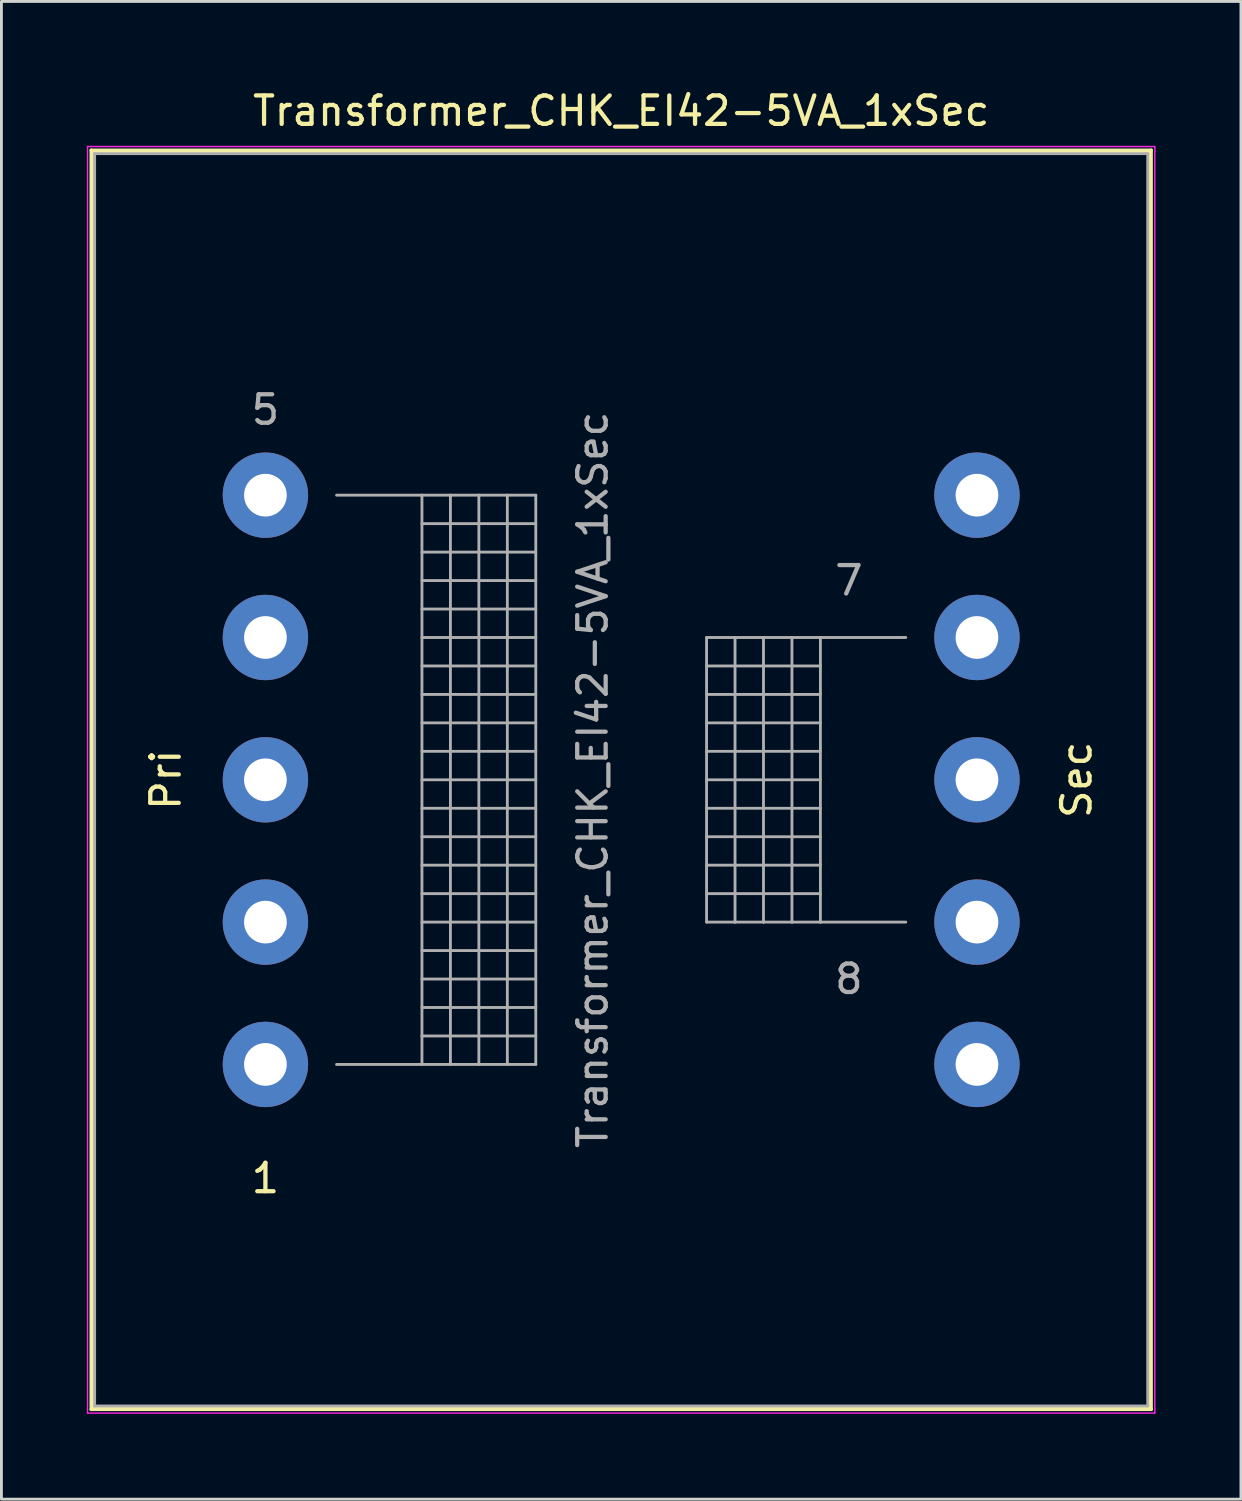
<source format=kicad_pcb>
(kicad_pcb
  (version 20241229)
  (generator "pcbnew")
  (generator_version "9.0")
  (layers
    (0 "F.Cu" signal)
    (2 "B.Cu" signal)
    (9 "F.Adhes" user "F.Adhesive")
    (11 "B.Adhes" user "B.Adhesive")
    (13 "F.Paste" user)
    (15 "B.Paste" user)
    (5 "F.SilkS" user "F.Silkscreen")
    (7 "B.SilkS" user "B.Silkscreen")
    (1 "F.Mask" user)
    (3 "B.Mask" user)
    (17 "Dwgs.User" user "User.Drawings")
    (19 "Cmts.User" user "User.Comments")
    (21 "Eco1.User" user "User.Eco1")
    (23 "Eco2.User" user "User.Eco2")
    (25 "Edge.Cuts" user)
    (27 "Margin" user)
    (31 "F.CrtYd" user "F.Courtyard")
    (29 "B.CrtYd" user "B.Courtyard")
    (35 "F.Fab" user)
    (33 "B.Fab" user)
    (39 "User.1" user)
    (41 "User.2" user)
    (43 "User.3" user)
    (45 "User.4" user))
  (footprint "Transformer_CHK_EI42-5VA_1xSec"
    (layer "F.Cu")
    (at 6.275 34.348)
    (property "Reference" "Transformer_CHK_EI42-5VA_1xSec" (at 12.5 -33.5 0) (layer "F.SilkS") (effects (font (size 1 1) (thickness 0.15))))
    (attr through_hole)
    (fp_line (start -6.12 -32.12) (end -6.12 12.12) (stroke (width 0.12) (type solid)) (layer "F.SilkS"))
    (fp_line (start -6.12 -32.12) (end 31.12 -32.12) (stroke (width 0.12) (type solid)) (layer "F.SilkS"))
    (fp_line (start -6.05 -32.05) (end 31.05 -32.05) (stroke (width 0.12) (type solid)) (layer "F.SilkS"))
    (fp_line (start -6.05 12.05) (end -6.05 -32.05) (stroke (width 0.12) (type solid)) (layer "F.SilkS"))
    (fp_line (start 31.05 -32.05) (end 31.05 12.05) (stroke (width 0.12) (type solid)) (layer "F.SilkS"))
    (fp_line (start 31.05 12.05) (end -6.05 12.05) (stroke (width 0.12) (type solid)) (layer "F.SilkS"))
    (fp_line (start 31.12 12.12) (end -6.12 12.12) (stroke (width 0.12) (type solid)) (layer "F.SilkS"))
    (fp_line (start 31.12 12.12) (end 31.12 -32.12) (stroke (width 0.12) (type solid)) (layer "F.SilkS"))
    (fp_line (start -6.25 -32.25) (end -6.25 12.25) (stroke (width 0.05) (type solid)) (layer "F.CrtYd"))
    (fp_line (start -6.25 -32.25) (end 31.25 -32.25) (stroke (width 0.05) (type solid)) (layer "F.CrtYd"))
    (fp_line (start 31.25 12.25) (end -6.25 12.25) (stroke (width 0.05) (type solid)) (layer "F.CrtYd"))
    (fp_line (start 31.25 12.25) (end 31.25 -32.25) (stroke (width 0.05) (type solid)) (layer "F.CrtYd"))
    (fp_line (start -6 -32) (end -6 12) (stroke (width 0.1) (type solid)) (layer "F.Fab"))
    (fp_line (start -6 12) (end 31 12) (stroke (width 0.1) (type solid)) (layer "F.Fab"))
    (fp_line (start 2.5 -20) (end 5.5 -20) (stroke (width 0.1) (type solid)) (layer "F.Fab"))
    (fp_line (start 5.5 -20) (end 5.5 0) (stroke (width 0.1) (type solid)) (layer "F.Fab"))
    (fp_line (start 5.5 -20) (end 6.5 -20) (stroke (width 0.1) (type solid)) (layer "F.Fab"))
    (fp_line (start 5.5 -19) (end 9.5 -19) (stroke (width 0.1) (type solid)) (layer "F.Fab"))
    (fp_line (start 5.5 -18) (end 9.5 -18) (stroke (width 0.1) (type solid)) (layer "F.Fab"))
    (fp_line (start 5.5 -17) (end 9.5 -17) (stroke (width 0.1) (type solid)) (layer "F.Fab"))
    (fp_line (start 5.5 -16) (end 9.5 -16) (stroke (width 0.1) (type solid)) (layer "F.Fab"))
    (fp_line (start 5.5 -15) (end 9.5 -15) (stroke (width 0.1) (type solid)) (layer "F.Fab"))
    (fp_line (start 5.5 -14) (end 9.5 -14) (stroke (width 0.1) (type solid)) (layer "F.Fab"))
    (fp_line (start 5.5 -13) (end 9.5 -13) (stroke (width 0.1) (type solid)) (layer "F.Fab"))
    (fp_line (start 5.5 -12) (end 9.5 -12) (stroke (width 0.1) (type solid)) (layer "F.Fab"))
    (fp_line (start 5.5 -11) (end 9.5 -11) (stroke (width 0.1) (type solid)) (layer "F.Fab"))
    (fp_line (start 5.5 -10) (end 9.5 -10) (stroke (width 0.1) (type solid)) (layer "F.Fab"))
    (fp_line (start 5.5 -9) (end 9.5 -9) (stroke (width 0.1) (type solid)) (layer "F.Fab"))
    (fp_line (start 5.5 -8) (end 9.5 -8) (stroke (width 0.1) (type solid)) (layer "F.Fab"))
    (fp_line (start 5.5 -7) (end 9.5 -7) (stroke (width 0.1) (type solid)) (layer "F.Fab"))
    (fp_line (start 5.5 -6) (end 9.5 -6) (stroke (width 0.1) (type solid)) (layer "F.Fab"))
    (fp_line (start 5.5 -5) (end 9.5 -5) (stroke (width 0.1) (type solid)) (layer "F.Fab"))
    (fp_line (start 5.5 -4) (end 9.5 -4) (stroke (width 0.1) (type solid)) (layer "F.Fab"))
    (fp_line (start 5.5 -3) (end 9.5 -3) (stroke (width 0.1) (type solid)) (layer "F.Fab"))
    (fp_line (start 5.5 -2) (end 9.5 -2) (stroke (width 0.1) (type solid)) (layer "F.Fab"))
    (fp_line (start 5.5 -1) (end 9.5 -1) (stroke (width 0.1) (type solid)) (layer "F.Fab"))
    (fp_line (start 5.5 0) (end 2.5 0) (stroke (width 0.1) (type solid)) (layer "F.Fab"))
    (fp_line (start 6.5 -20) (end 6.5 0) (stroke (width 0.1) (type solid)) (layer "F.Fab"))
    (fp_line (start 6.5 -20) (end 7.5 -20) (stroke (width 0.1) (type solid)) (layer "F.Fab"))
    (fp_line (start 6.5 0) (end 5.5 0) (stroke (width 0.1) (type solid)) (layer "F.Fab"))
    (fp_line (start 7.5 -20) (end 7.5 0) (stroke (width 0.1) (type solid)) (layer "F.Fab"))
    (fp_line (start 7.5 -20) (end 8.5 -20) (stroke (width 0.1) (type solid)) (layer "F.Fab"))
    (fp_line (start 7.5 0) (end 6.5 0) (stroke (width 0.1) (type solid)) (layer "F.Fab"))
    (fp_line (start 8.5 -20) (end 8.5 0) (stroke (width 0.1) (type solid)) (layer "F.Fab"))
    (fp_line (start 8.5 -20) (end 9.5 -20) (stroke (width 0.1) (type solid)) (layer "F.Fab"))
    (fp_line (start 8.5 0) (end 7.5 0) (stroke (width 0.1) (type solid)) (layer "F.Fab"))
    (fp_line (start 9.5 -20) (end 9.5 0) (stroke (width 0.1) (type solid)) (layer "F.Fab"))
    (fp_line (start 9.5 0) (end 8.5 0) (stroke (width 0.1) (type solid)) (layer "F.Fab"))
    (fp_line (start 15.5 -15) (end 15.5 -5) (stroke (width 0.1) (type solid)) (layer "F.Fab"))
    (fp_line (start 15.5 -14) (end 19.5 -14) (stroke (width 0.1) (type solid)) (layer "F.Fab"))
    (fp_line (start 15.5 -12) (end 19.5 -12) (stroke (width 0.1) (type solid)) (layer "F.Fab"))
    (fp_line (start 15.5 -10) (end 19.5 -10) (stroke (width 0.1) (type solid)) (layer "F.Fab"))
    (fp_line (start 15.5 -8) (end 19.5 -8) (stroke (width 0.1) (type solid)) (layer "F.Fab"))
    (fp_line (start 15.5 -6) (end 19.5 -6) (stroke (width 0.1) (type solid)) (layer "F.Fab"))
    (fp_line (start 15.5 -5) (end 16.5 -5) (stroke (width 0.1) (type solid)) (layer "F.Fab"))
    (fp_line (start 16.5 -15) (end 15.5 -15) (stroke (width 0.1) (type solid)) (layer "F.Fab"))
    (fp_line (start 16.5 -15) (end 16.5 -5) (stroke (width 0.1) (type solid)) (layer "F.Fab"))
    (fp_line (start 16.5 -5) (end 17.5 -5) (stroke (width 0.1) (type solid)) (layer "F.Fab"))
    (fp_line (start 17.5 -15) (end 16.5 -15) (stroke (width 0.1) (type solid)) (layer "F.Fab"))
    (fp_line (start 17.5 -15) (end 17.5 -5) (stroke (width 0.1) (type solid)) (layer "F.Fab"))
    (fp_line (start 17.5 -5) (end 18.5 -5) (stroke (width 0.1) (type solid)) (layer "F.Fab"))
    (fp_line (start 18.5 -15) (end 17.5 -15) (stroke (width 0.1) (type solid)) (layer "F.Fab"))
    (fp_line (start 18.5 -15) (end 18.5 -5) (stroke (width 0.1) (type solid)) (layer "F.Fab"))
    (fp_line (start 18.5 -5) (end 19.5 -5) (stroke (width 0.1) (type solid)) (layer "F.Fab"))
    (fp_line (start 19.5 -15) (end 18.5 -15) (stroke (width 0.1) (type solid)) (layer "F.Fab"))
    (fp_line (start 19.5 -15) (end 19.5 -5) (stroke (width 0.1) (type solid)) (layer "F.Fab"))
    (fp_line (start 19.5 -13) (end 15.5 -13) (stroke (width 0.1) (type solid)) (layer "F.Fab"))
    (fp_line (start 19.5 -11) (end 15.5 -11) (stroke (width 0.1) (type solid)) (layer "F.Fab"))
    (fp_line (start 19.5 -9) (end 15.5 -9) (stroke (width 0.1) (type solid)) (layer "F.Fab"))
    (fp_line (start 19.5 -7) (end 15.5 -7) (stroke (width 0.1) (type solid)) (layer "F.Fab"))
    (fp_line (start 19.5 -5) (end 22.5 -5) (stroke (width 0.1) (type solid)) (layer "F.Fab"))
    (fp_line (start 22.5 -15) (end 19.5 -15) (stroke (width 0.1) (type solid)) (layer "F.Fab"))
    (fp_line (start 31 -32) (end -6 -32) (stroke (width 0.1) (type solid)) (layer "F.Fab"))
    (fp_line (start 31 12) (end 31 -32) (stroke (width 0.1) (type solid)) (layer "F.Fab"))
    (fp_text user "Sec" (at 28.5 -10 90) (layer "F.SilkS") (effects (font (size 1 1) (thickness 0.15))))
    (fp_text user "Pri" (at -3.5 -10 90) (layer "F.SilkS") (effects (font (size 1 1) (thickness 0.15))))
    (fp_text user "1" (at 0 4 0) (layer "F.SilkS") (effects (font (size 1 1) (thickness 0.15))))
    (fp_text user "5" (at 0 -23 0) (layer "F.Fab") (effects (font (size 1 1) (thickness 0.15))))
    (fp_text user "8" (at 20.5 -3 0) (layer "F.Fab") (effects (font (size 1 1) (thickness 0.15))))
    (fp_text user "7" (at 20.5 -17 0) (layer "F.Fab") (effects (font (size 1 1) (thickness 0.15))))
    (fp_text user "${REFERENCE}" (at 11.5 -10 90) (layer "F.Fab") (effects (font (size 1 1) (thickness 0.15))))
    (pad "1" thru_hole circle (at 0 0) (size 3 3) (drill 1.5) (layers "*.Cu" "*.Mask"))
    (pad "2" thru_hole circle (at 0 -5) (size 3 3) (drill 1.5) (layers "*.Cu" "*.Mask"))
    (pad "3" thru_hole circle (at 0 -10) (size 3 3) (drill 1.5) (layers "*.Cu" "*.Mask"))
    (pad "4" thru_hole circle (at 0 -15) (size 3 3) (drill 1.5) (layers "*.Cu" "*.Mask"))
    (pad "5" thru_hole circle (at 0 -20) (size 3 3) (drill 1.5) (layers "*.Cu" "*.Mask"))
    (pad "6" thru_hole circle (at 25 -20) (size 3 3) (drill 1.5) (layers "*.Cu" "*.Mask"))
    (pad "7" thru_hole circle (at 25 -15) (size 3 3) (drill 1.5) (layers "*.Cu" "*.Mask"))
    (pad "8" thru_hole circle (at 25 -10) (size 3 3) (drill 1.5) (layers "*.Cu" "*.Mask"))
    (pad "9" thru_hole circle (at 25 -5) (size 3 3) (drill 1.5) (layers "*.Cu" "*.Mask"))
    (pad "10" thru_hole circle (at 25 0) (size 3 3) (drill 1.5) (layers "*.Cu" "*.Mask")))
  (gr_rect
    (start -3 -3)
    (end 40.55 49.623)
    (stroke (width 0.1) (type default))
    (fill no)
    (layer "Edge.Cuts")))
</source>
